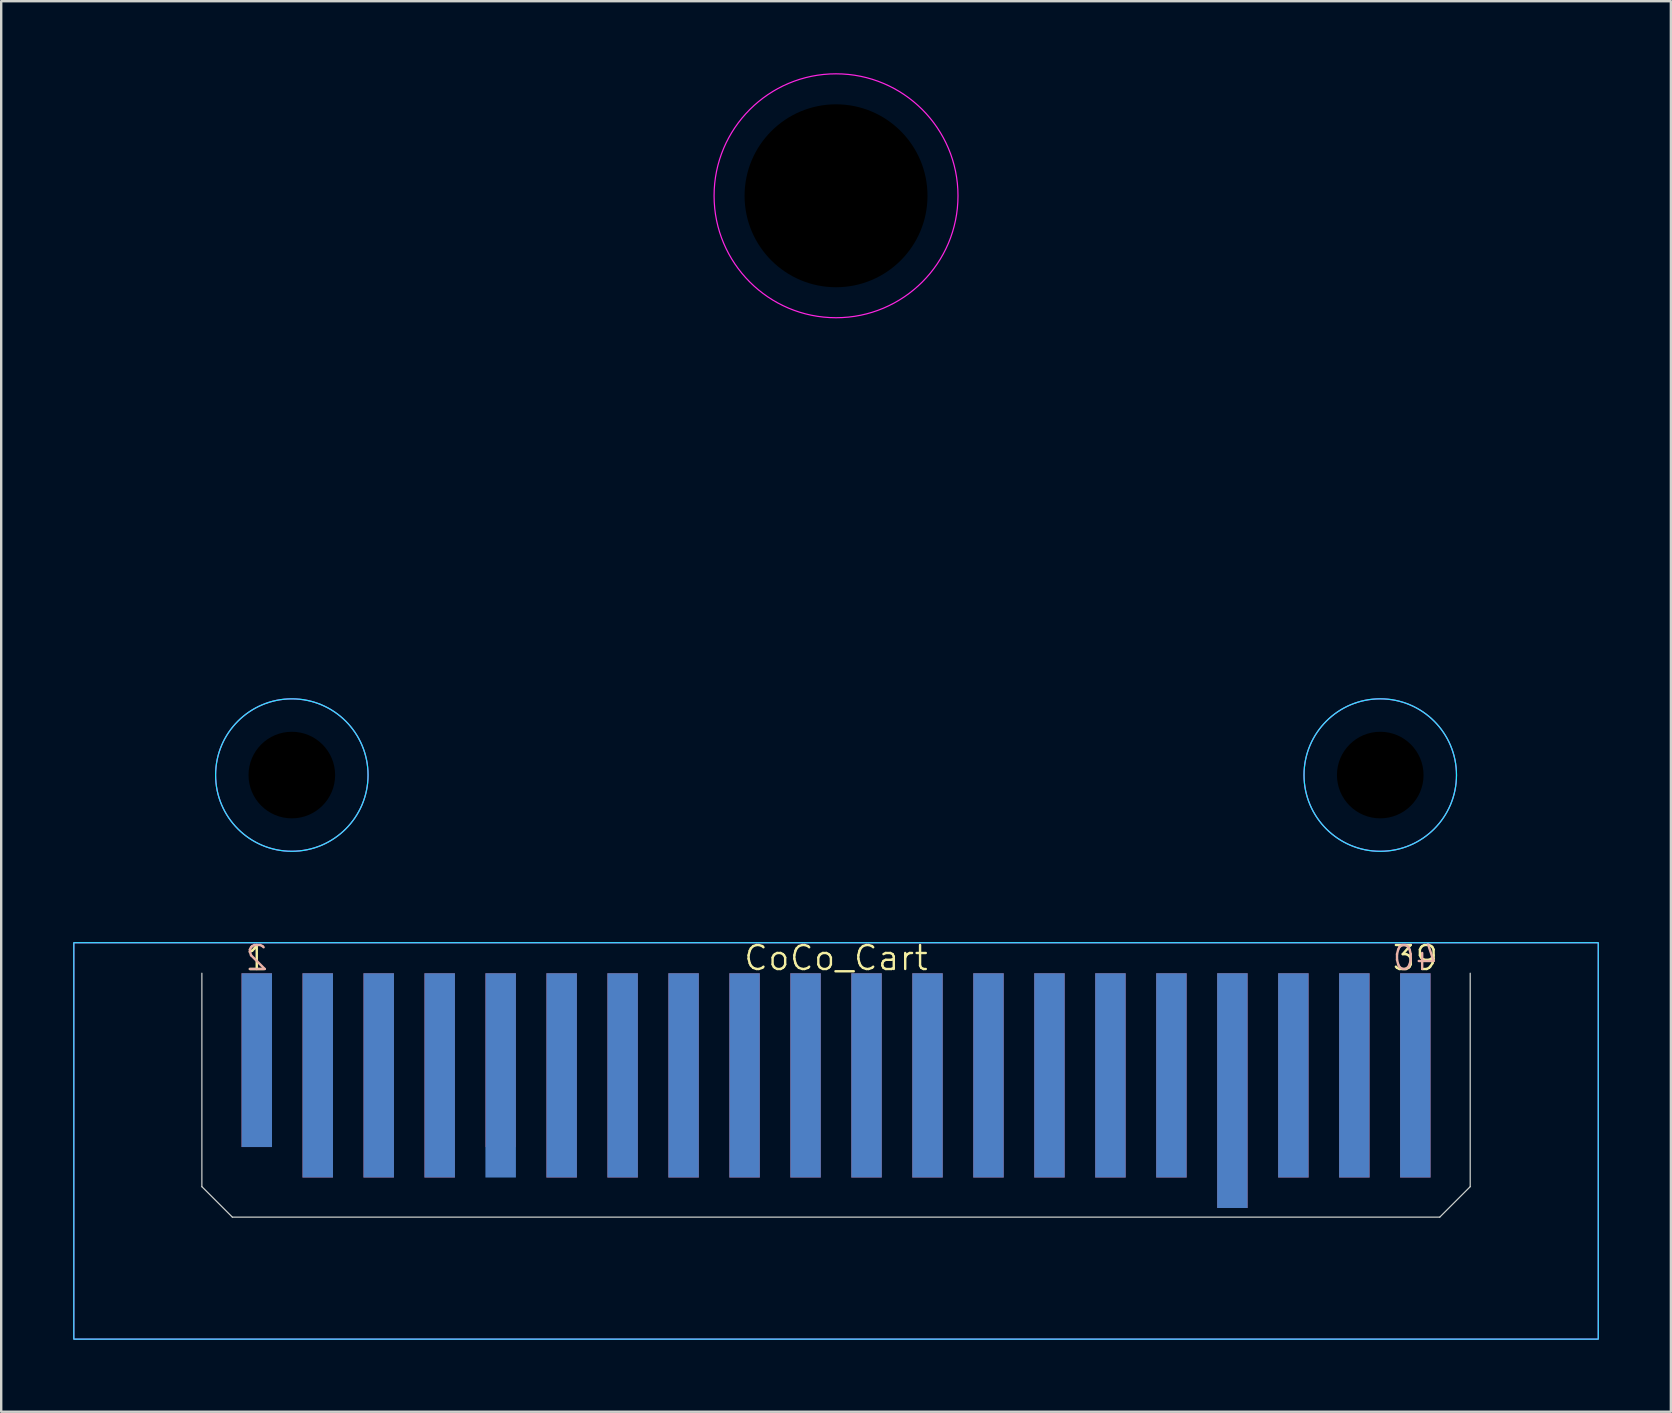
<source format=kicad_pcb>
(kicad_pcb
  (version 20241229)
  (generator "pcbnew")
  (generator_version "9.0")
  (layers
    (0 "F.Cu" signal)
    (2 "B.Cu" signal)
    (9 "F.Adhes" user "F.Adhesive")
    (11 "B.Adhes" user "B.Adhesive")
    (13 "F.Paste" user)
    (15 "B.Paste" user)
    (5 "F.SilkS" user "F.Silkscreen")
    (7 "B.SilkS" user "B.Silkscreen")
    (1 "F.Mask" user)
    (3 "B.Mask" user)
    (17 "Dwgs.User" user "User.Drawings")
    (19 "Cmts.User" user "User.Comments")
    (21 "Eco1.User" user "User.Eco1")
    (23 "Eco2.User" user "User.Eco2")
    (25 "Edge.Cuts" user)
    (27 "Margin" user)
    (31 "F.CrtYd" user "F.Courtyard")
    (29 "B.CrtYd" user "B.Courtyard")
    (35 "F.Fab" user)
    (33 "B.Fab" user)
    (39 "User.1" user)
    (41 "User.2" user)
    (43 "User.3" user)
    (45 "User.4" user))
  (footprint "CoCo_Cart"
    (layer "F.Cu")
    (at 31.775 47.65)
    (property "Reference" "CoCo_Cart" (at 0 -10.795 0) (unlocked yes) (layer "F.SilkS") (effects (font (size 1 1) (thickness 0.1))))
    (attr exclude_from_pos_files exclude_from_bom)
    (fp_rect (start -26.416 0) (end 26.416 -9.525) (stroke (width 0) (type solid)) (fill yes) (layer "F.Mask"))
    (fp_rect (start -26.416 0) (end 26.416 -9.525) (stroke (width 0) (type solid)) (fill yes) (layer "B.Mask"))
    (fp_line (start -26.416 -1.27) (end -26.416 -10.16) (stroke (width 0.05) (type default)) (layer "Edge.Cuts"))
    (fp_line (start -25.146 0) (end -26.416 -1.27) (stroke (width 0.05) (type default)) (layer "Edge.Cuts"))
    (fp_line (start -25.146 0) (end 25.146 0) (stroke (width 0.05) (type default)) (layer "Edge.Cuts"))
    (fp_line (start 25.146 0) (end 26.416 -1.27) (stroke (width 0.05) (type default)) (layer "Edge.Cuts"))
    (fp_line (start 26.416 -1.27) (end 26.416 -10.16) (stroke (width 0.05) (type default)) (layer "Edge.Cuts"))
    (fp_rect (start 31.75 -11.43) (end -31.75 5.08) (stroke (width 0.05) (type default)) (fill no) (layer "B.CrtYd"))
    (fp_circle (center -22.669 -18.415) (end -19.494 -18.415) (stroke (width 0.05) (type default)) (fill no) (layer "B.CrtYd"))
    (fp_circle (center 22.669 -18.415) (end 25.845 -18.415) (stroke (width 0.05) (type default)) (fill no) (layer "B.CrtYd"))
    (fp_rect (start 31.75 5.08) (end -31.75 -11.43) (stroke (width 0.05) (type default)) (fill no) (layer "F.CrtYd"))
    (fp_circle (center -22.669 -18.415) (end -19.494 -18.415) (stroke (width 0.05) (type default)) (fill no) (layer "F.CrtYd"))
    (fp_circle (center 0 -42.545) (end 5.08 -42.545) (stroke (width 0.05) (type default)) (fill no) (layer "F.CrtYd"))
    (fp_circle (center 22.669 -18.415) (end 19.494 -18.415) (stroke (width 0.05) (type default)) (fill no) (layer "F.CrtYd"))
    (fp_text user "1" (at -24.13 -10.795 0) (unlocked yes) (layer "F.SilkS") (effects (font (size 1 1) (thickness 0.1))))
    (fp_text user "39" (at 24.13 -10.795 0) (unlocked yes) (layer "F.SilkS") (effects (font (size 1 1) (thickness 0.1))))
    (fp_text user "40" (at 24.13 -10.795 0) (unlocked yes) (layer "B.SilkS") (effects (font (size 1 1) (thickness 0.1)) (justify mirror)))
    (fp_text user "2" (at -24.13 -10.795 0) (unlocked yes) (layer "B.SilkS") (effects (font (size 1 1) (thickness 0.1)) (justify mirror)))
    (pad "" np_thru_hole circle (at -22.669 -18.415) (size 5.715 5.715) (drill 3.607) (layers "*.Mask"))
    (pad "" np_thru_hole circle (at 0 -42.545 180) (size 7.62 7.62) (drill 7.62) (layers "*.Mask"))
    (pad "" np_thru_hole circle (at 22.669 -18.415 180) (size 5.715 5.715) (drill 3.607) (layers "*.Mask"))
    (pad "1" connect rect (at -24.13 -6.54 180) (size 1.27 7.239) (layers "F.Cu"))
    (pad "2" connect rect (at -24.13 -6.54 180) (size 1.27 7.239) (layers "B.Cu"))
    (pad "3" connect rect (at -21.59 -5.905 180) (size 1.27 8.509) (layers "F.Cu"))
    (pad "4" connect rect (at -21.59 -5.905 180) (size 1.27 8.509) (layers "B.Cu"))
    (pad "5" connect rect (at -19.05 -5.905 180) (size 1.27 8.509) (layers "F.Cu"))
    (pad "6" connect rect (at -19.05 -5.905 180) (size 1.27 8.509) (layers "B.Cu"))
    (pad "7" connect rect (at -16.51 -5.905 180) (size 1.27 8.509) (layers "F.Cu"))
    (pad "8" connect rect (at -16.51 -5.905 180) (size 1.27 8.509) (layers "B.Cu"))
    (pad "9" connect rect (at -13.97 -6.54 180) (size 1.27 7.239) (layers "F.Cu"))
    (pad "10" connect rect (at -13.97 -5.905 180) (size 1.27 8.509) (layers "B.Cu"))
    (pad "11" connect rect (at -11.43 -5.905 180) (size 1.27 8.509) (layers "F.Cu"))
    (pad "12" connect rect (at -11.43 -5.905 180) (size 1.27 8.509) (layers "B.Cu"))
    (pad "13" connect rect (at -8.89 -5.905 180) (size 1.27 8.509) (layers "F.Cu"))
    (pad "14" connect rect (at -8.89 -5.905 180) (size 1.27 8.509) (layers "B.Cu"))
    (pad "15" connect rect (at -6.35 -5.905 180) (size 1.27 8.509) (layers "F.Cu"))
    (pad "16" connect rect (at -6.35 -5.905 180) (size 1.27 8.509) (layers "B.Cu"))
    (pad "17" connect rect (at -3.81 -5.905 180) (size 1.27 8.509) (layers "F.Cu"))
    (pad "18" connect rect (at -3.81 -5.905 180) (size 1.27 8.509) (layers "B.Cu"))
    (pad "19" connect rect (at -1.27 -5.905 180) (size 1.27 8.509) (layers "F.Cu"))
    (pad "20" connect rect (at -1.27 -5.905 180) (size 1.27 8.509) (layers "B.Cu"))
    (pad "21" connect rect (at 1.27 -5.905 180) (size 1.27 8.509) (layers "F.Cu"))
    (pad "22" connect rect (at 1.27 -5.905 180) (size 1.27 8.509) (layers "B.Cu"))
    (pad "23" connect rect (at 3.81 -5.905 180) (size 1.27 8.509) (layers "F.Cu"))
    (pad "24" connect rect (at 3.81 -5.905 180) (size 1.27 8.509) (layers "B.Cu"))
    (pad "25" connect rect (at 6.35 -5.905 180) (size 1.27 8.509) (layers "F.Cu"))
    (pad "26" connect rect (at 6.35 -5.905 180) (size 1.27 8.509) (layers "B.Cu"))
    (pad "27" connect rect (at 8.89 -5.905 180) (size 1.27 8.509) (layers "F.Cu"))
    (pad "28" connect rect (at 8.89 -5.905 180) (size 1.27 8.509) (layers "B.Cu"))
    (pad "29" connect rect (at 11.43 -5.905 180) (size 1.27 8.509) (layers "F.Cu"))
    (pad "30" connect rect (at 11.43 -5.905 180) (size 1.27 8.509) (layers "B.Cu"))
    (pad "31" connect rect (at 13.97 -5.905 180) (size 1.27 8.509) (layers "F.Cu"))
    (pad "32" connect rect (at 13.97 -5.905 180) (size 1.27 8.509) (layers "B.Cu"))
    (pad "33" connect rect (at 16.51 -5.271 180) (size 1.27 9.779) (layers "F.Cu"))
    (pad "34" connect rect (at 16.51 -5.271 180) (size 1.27 9.779) (layers "B.Cu"))
    (pad "35" connect rect (at 19.05 -5.905 180) (size 1.27 8.509) (layers "F.Cu"))
    (pad "36" connect rect (at 19.05 -5.905 180) (size 1.27 8.509) (layers "B.Cu"))
    (pad "37" connect rect (at 21.59 -5.905 180) (size 1.27 8.509) (layers "F.Cu"))
    (pad "38" connect rect (at 21.59 -5.905 180) (size 1.27 8.509) (layers "B.Cu"))
    (pad "39" connect rect (at 24.13 -5.905 180) (size 1.27 8.509) (layers "F.Cu"))
    (pad "40" connect rect (at 24.13 -5.905 180) (size 1.27 8.509) (layers "B.Cu")))
  (gr_rect
    (start -3 -3)
    (end 66.55 55.755)
    (stroke (width 0.1) (type default))
    (fill no)
    (layer "Edge.Cuts")))
</source>
